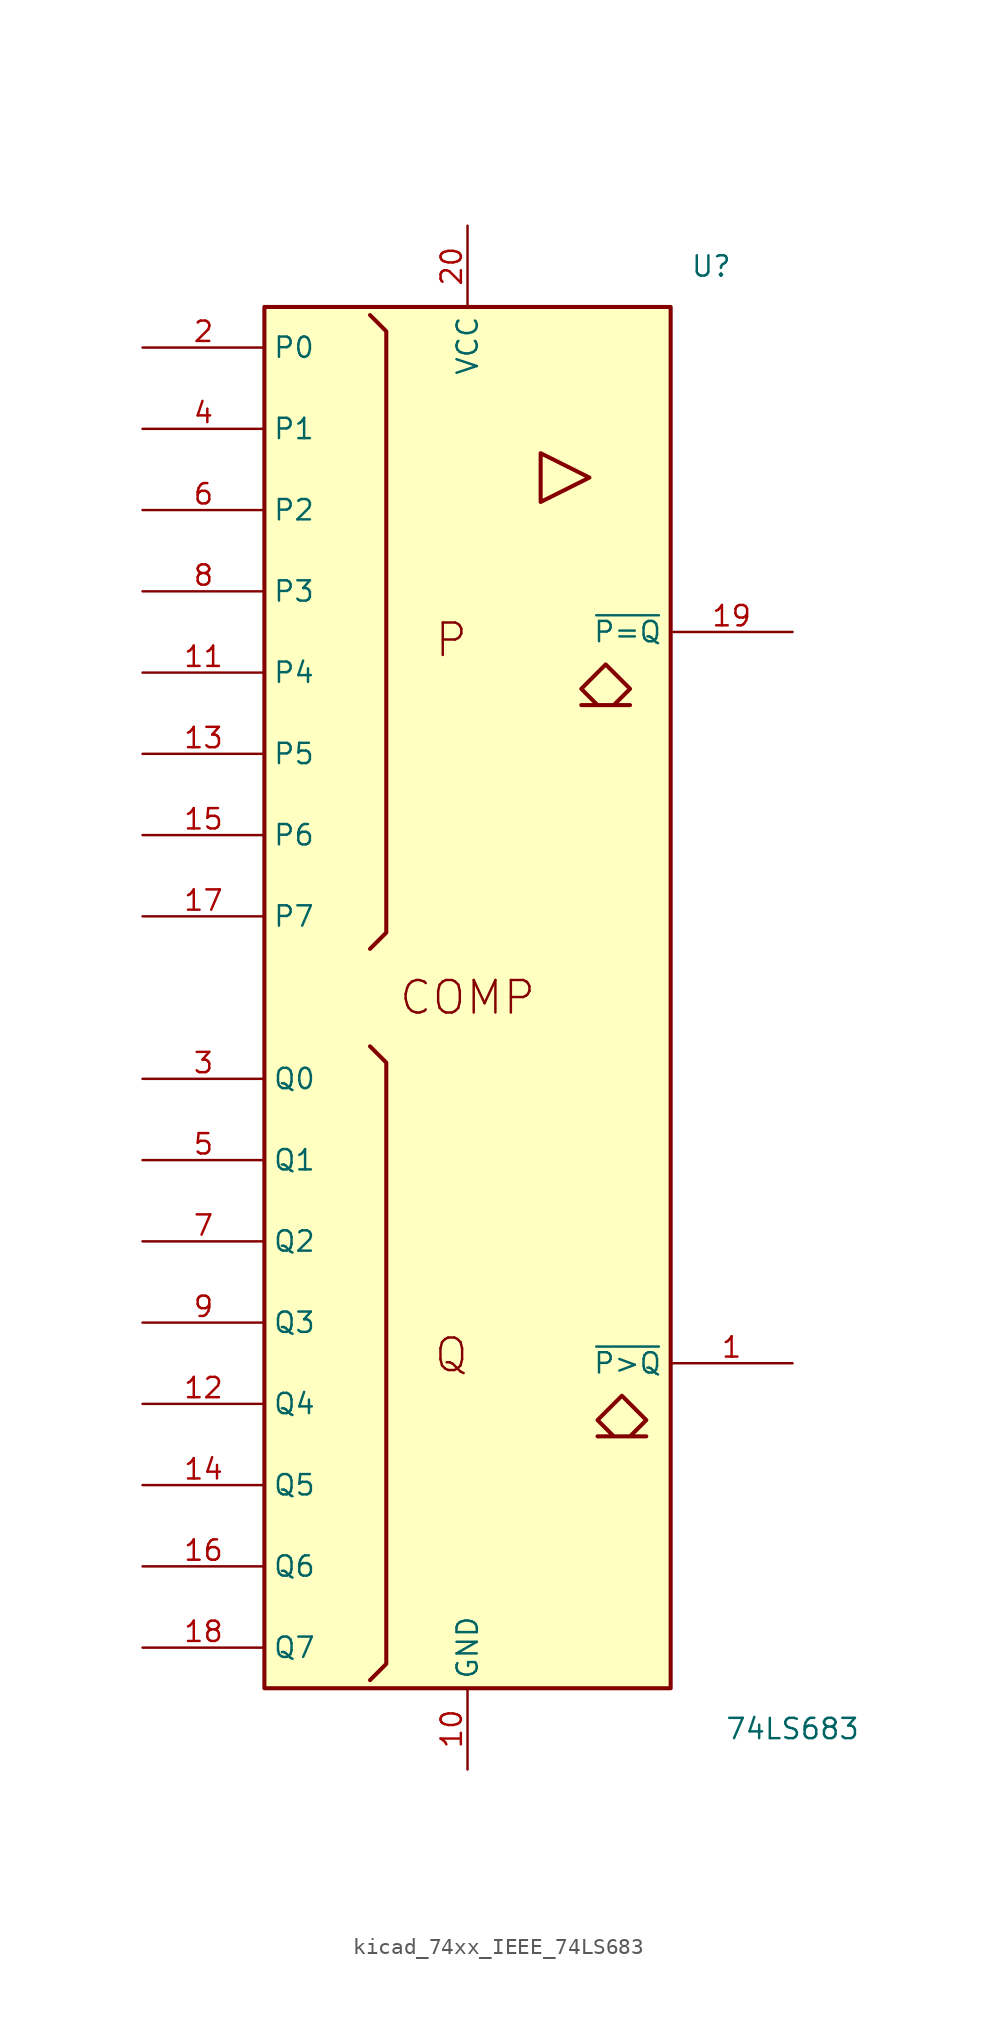
<source format=kicad_sym>
(kicad_symbol_lib
  (version 20220914)
  (generator kicad_symbol_editor)
  (symbol "kicad_74xx_IEEE_74LS683"
    (property "Reference" "U"
      (at 15.24 45.72 0)
      (effects (font (size 1.27 1.27))))
    (property "Value" "74LS683"
      (at 20.32 -45.72 0)
      (effects (font (size 1.27 1.27))))
    (symbol "kicad_74xx_IEEE_74LS683_0_0"
      (polyline (pts (xy 4.572 34.036) (xy 4.572 30.988) (xy 7.62 32.512) (xy 4.572 34.036) (xy 4.572 34.036)) (stroke (width 0.254) (type default)) (fill (type background)))
      (polyline (pts (xy 8.636 20.828) (xy 10.16 19.304) (xy 9.144 18.288) (xy 10.16 18.288) (xy 7.112 18.288) (xy 8.128 18.288) (xy 7.112 19.304) (xy 8.636 20.828) (xy 8.636 20.828)) (stroke (width 0.254) (type default)) (fill (type background)))
      (polyline (pts (xy 9.652 -24.892) (xy 11.176 -26.416) (xy 10.16 -27.432) (xy 11.176 -27.432) (xy 8.128 -27.432) (xy 9.144 -27.432) (xy 8.128 -26.416) (xy 9.652 -24.892) (xy 9.652 -24.892)) (stroke (width 0.254) (type default)) (fill (type background)))
      (text "COMP" (at 0 0 0) (effects (font (size 2.032 2.032))))
      (text "P" (at -1.016 22.352 0) (effects (font (size 2.032 2.032))))
      (text "Q" (at -1.016 -22.352 0) (effects (font (size 2.032 2.032)))))
    (symbol "kicad_74xx_IEEE_74LS683_0_1"
      (rectangle (start -12.7 43.18) (end 12.7 -43.18) (stroke (width 0.254) (type default)) (fill (type background)))
      (polyline (pts (xy -6.096 -3.048) (xy -5.08 -4.064) (xy -5.08 -41.656) (xy -6.096 -42.672) (xy -6.096 -42.672)) (stroke (width 0.254) (type default)) (fill (type background)))
      (polyline (pts (xy -6.096 42.672) (xy -5.08 41.656) (xy -5.08 4.064) (xy -6.096 3.048) (xy -6.096 3.048)) (stroke (width 0.254) (type default)) (fill (type background))))
    (symbol "kicad_74xx_IEEE_74LS683_1_1"
      (pin output line (at 20.32 -22.86 180) (length 7.62) (name "~{P>Q}" (effects (font (size 1.27 1.27)))) (number "1" (effects (font (size 1.27 1.27)))))
      (pin power_in line (at 0 -48.26 90) (length 5.08) (name "GND" (effects (font (size 1.27 1.27)))) (number "10" (effects (font (size 1.27 1.27)))))
      (pin input line (at -20.32 20.32 0) (length 7.62) (name "P4" (effects (font (size 1.27 1.27)))) (number "11" (effects (font (size 1.27 1.27)))))
      (pin input line (at -20.32 -25.4 0) (length 7.62) (name "Q4" (effects (font (size 1.27 1.27)))) (number "12" (effects (font (size 1.27 1.27)))))
      (pin input line (at -20.32 15.24 0) (length 7.62) (name "P5" (effects (font (size 1.27 1.27)))) (number "13" (effects (font (size 1.27 1.27)))))
      (pin input line (at -20.32 -30.48 0) (length 7.62) (name "Q5" (effects (font (size 1.27 1.27)))) (number "14" (effects (font (size 1.27 1.27)))))
      (pin input line (at -20.32 10.16 0) (length 7.62) (name "P6" (effects (font (size 1.27 1.27)))) (number "15" (effects (font (size 1.27 1.27)))))
      (pin input line (at -20.32 -35.56 0) (length 7.62) (name "Q6" (effects (font (size 1.27 1.27)))) (number "16" (effects (font (size 1.27 1.27)))))
      (pin input line (at -20.32 5.08 0) (length 7.62) (name "P7" (effects (font (size 1.27 1.27)))) (number "17" (effects (font (size 1.27 1.27)))))
      (pin input line (at -20.32 -40.64 0) (length 7.62) (name "Q7" (effects (font (size 1.27 1.27)))) (number "18" (effects (font (size 1.27 1.27)))))
      (pin output line (at 20.32 22.86 180) (length 7.62) (name "~{P=Q}" (effects (font (size 1.27 1.27)))) (number "19" (effects (font (size 1.27 1.27)))))
      (pin input line (at -20.32 40.64 0) (length 7.62) (name "P0" (effects (font (size 1.27 1.27)))) (number "2" (effects (font (size 1.27 1.27)))))
      (pin power_in line (at 0 48.26 270) (length 5.08) (name "VCC" (effects (font (size 1.27 1.27)))) (number "20" (effects (font (size 1.27 1.27)))))
      (pin input line (at -20.32 -5.08 0) (length 7.62) (name "Q0" (effects (font (size 1.27 1.27)))) (number "3" (effects (font (size 1.27 1.27)))))
      (pin input line (at -20.32 35.56 0) (length 7.62) (name "P1" (effects (font (size 1.27 1.27)))) (number "4" (effects (font (size 1.27 1.27)))))
      (pin input line (at -20.32 -10.16 0) (length 7.62) (name "Q1" (effects (font (size 1.27 1.27)))) (number "5" (effects (font (size 1.27 1.27)))))
      (pin input line (at -20.32 30.48 0) (length 7.62) (name "P2" (effects (font (size 1.27 1.27)))) (number "6" (effects (font (size 1.27 1.27)))))
      (pin input line (at -20.32 -15.24 0) (length 7.62) (name "Q2" (effects (font (size 1.27 1.27)))) (number "7" (effects (font (size 1.27 1.27)))))
      (pin input line (at -20.32 25.4 0) (length 7.62) (name "P3" (effects (font (size 1.27 1.27)))) (number "8" (effects (font (size 1.27 1.27)))))
      (pin input line (at -20.32 -20.32 0) (length 7.62) (name "Q3" (effects (font (size 1.27 1.27)))) (number "9" (effects (font (size 1.27 1.27))))))))
</source>
